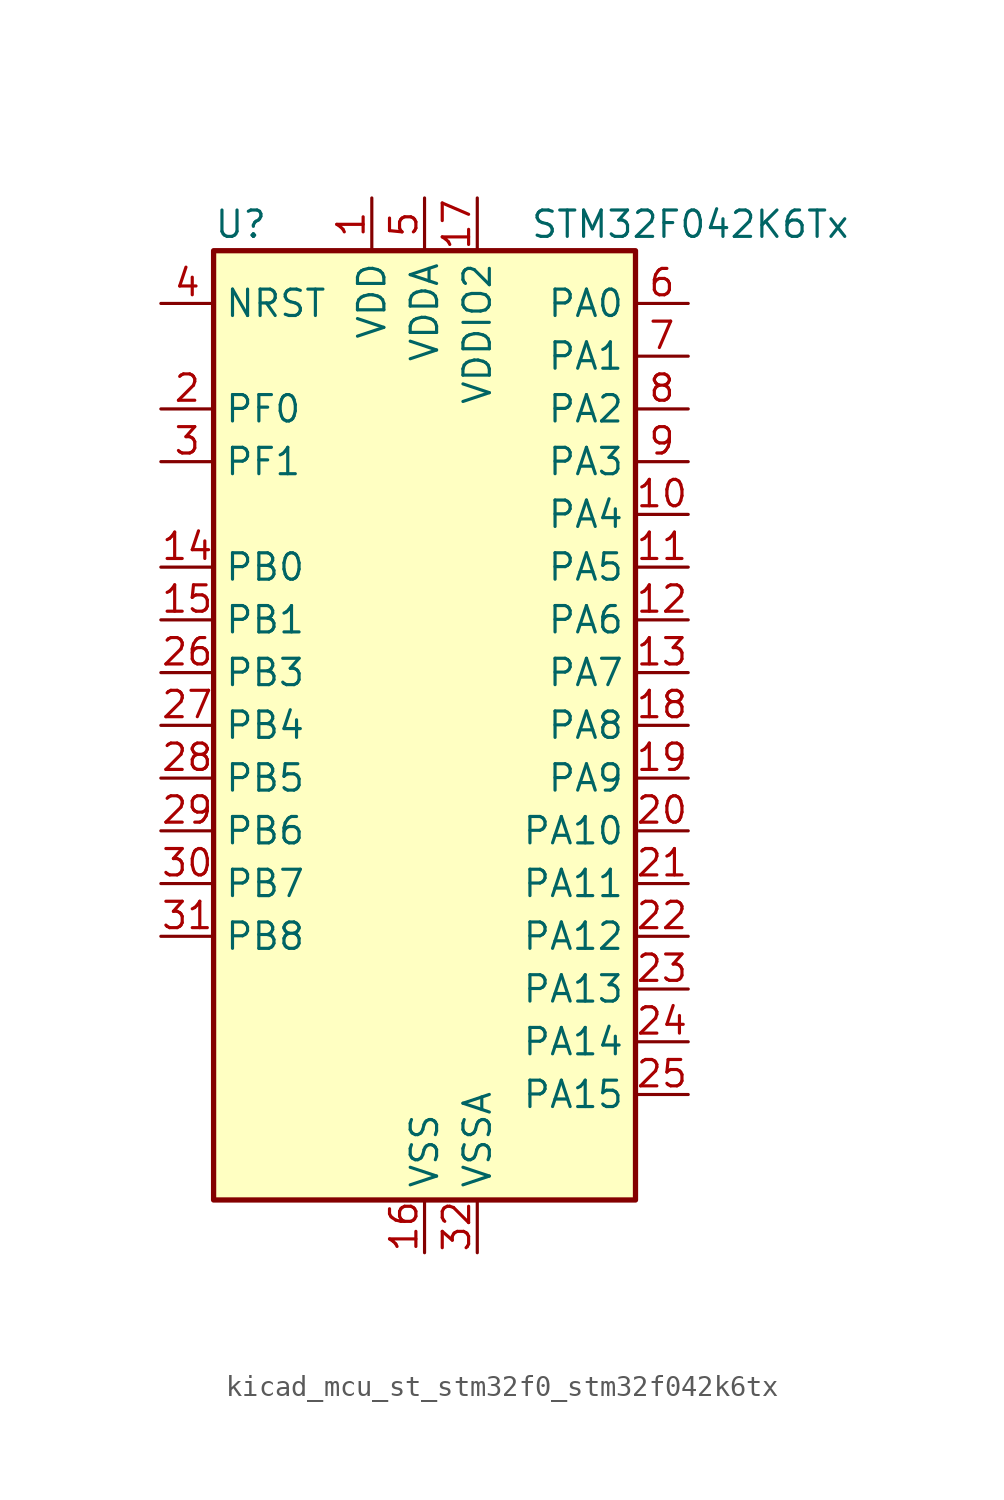
<source format=kicad_sym>
(kicad_symbol_lib
  (version 20220914)
  (generator kicad_symbol_editor)
  (symbol "kicad_mcu_st_stm32f0_stm32f042k6tx"
    (property "Reference" "U"
      (at -10.16 24.13 0)
      (effects (font (size 1.27 1.27)) (justify left)))
    (property "Value" "STM32F042K6Tx"
      (at 5.08 24.13 0)
      (effects (font (size 1.27 1.27)) (justify left)))
    (property "ki_locked" ""
      (at 0 0 0)
      (effects (font (size 1.27 1.27))))
    (symbol "kicad_mcu_st_stm32f0_stm32f042k6tx_0_1"
      (rectangle (start -10.16 -22.86) (end 10.16 22.86) (stroke (width 0.254) (type default)) (fill (type background))))
    (symbol "kicad_mcu_st_stm32f0_stm32f042k6tx_1_1"
      (pin power_in line (at -2.54 25.4 270) (length 2.54) (name "VDD" (effects (font (size 1.27 1.27)))) (number "1" (effects (font (size 1.27 1.27)))))
      (pin bidirectional line (at 12.7 10.16 180) (length 2.54) (name "PA4" (effects (font (size 1.27 1.27)))) (number "10" (effects (font (size 1.27 1.27)))) (alternate "ADC_IN4" bidirectional line) (alternate "I2S1_WS" bidirectional line) (alternate "SPI1_NSS" bidirectional line) (alternate "TIM14_CH1" bidirectional line) (alternate "TSC_G2_IO1" bidirectional line) (alternate "USART2_CK" bidirectional line) (alternate "USB_NOE" bidirectional line))
      (pin bidirectional line (at 12.7 7.62 180) (length 2.54) (name "PA5" (effects (font (size 1.27 1.27)))) (number "11" (effects (font (size 1.27 1.27)))) (alternate "ADC_IN5" bidirectional line) (alternate "CEC" bidirectional line) (alternate "I2S1_CK" bidirectional line) (alternate "SPI1_SCK" bidirectional line) (alternate "TIM2_CH1" bidirectional line) (alternate "TIM2_ETR" bidirectional line) (alternate "TSC_G2_IO2" bidirectional line))
      (pin bidirectional line (at 12.7 5.08 180) (length 2.54) (name "PA6" (effects (font (size 1.27 1.27)))) (number "12" (effects (font (size 1.27 1.27)))) (alternate "ADC_IN6" bidirectional line) (alternate "I2S1_MCK" bidirectional line) (alternate "SPI1_MISO" bidirectional line) (alternate "TIM16_CH1" bidirectional line) (alternate "TIM1_BKIN" bidirectional line) (alternate "TIM3_CH1" bidirectional line) (alternate "TSC_G2_IO3" bidirectional line))
      (pin bidirectional line (at 12.7 2.54 180) (length 2.54) (name "PA7" (effects (font (size 1.27 1.27)))) (number "13" (effects (font (size 1.27 1.27)))) (alternate "ADC_IN7" bidirectional line) (alternate "I2S1_SD" bidirectional line) (alternate "SPI1_MOSI" bidirectional line) (alternate "TIM14_CH1" bidirectional line) (alternate "TIM17_CH1" bidirectional line) (alternate "TIM1_CH1N" bidirectional line) (alternate "TIM3_CH2" bidirectional line) (alternate "TSC_G2_IO4" bidirectional line))
      (pin bidirectional line (at -12.7 7.62 0) (length 2.54) (name "PB0" (effects (font (size 1.27 1.27)))) (number "14" (effects (font (size 1.27 1.27)))) (alternate "ADC_IN8" bidirectional line) (alternate "TIM1_CH2N" bidirectional line) (alternate "TIM3_CH3" bidirectional line) (alternate "TSC_G3_IO2" bidirectional line))
      (pin bidirectional line (at -12.7 5.08 0) (length 2.54) (name "PB1" (effects (font (size 1.27 1.27)))) (number "15" (effects (font (size 1.27 1.27)))) (alternate "ADC_IN9" bidirectional line) (alternate "TIM14_CH1" bidirectional line) (alternate "TIM1_CH3N" bidirectional line) (alternate "TIM3_CH4" bidirectional line) (alternate "TSC_G3_IO3" bidirectional line))
      (pin power_in line (at 0 -25.4 90) (length 2.54) (name "VSS" (effects (font (size 1.27 1.27)))) (number "16" (effects (font (size 1.27 1.27)))))
      (pin power_in line (at 2.54 25.4 270) (length 2.54) (name "VDDIO2" (effects (font (size 1.27 1.27)))) (number "17" (effects (font (size 1.27 1.27)))))
      (pin bidirectional line (at 12.7 0 180) (length 2.54) (name "PA8" (effects (font (size 1.27 1.27)))) (number "18" (effects (font (size 1.27 1.27)))) (alternate "CRS_SYNC" bidirectional line) (alternate "RCC_MCO" bidirectional line) (alternate "TIM1_CH1" bidirectional line) (alternate "USART1_CK" bidirectional line))
      (pin bidirectional line (at 12.7 -2.54 180) (length 2.54) (name "PA9" (effects (font (size 1.27 1.27)))) (number "19" (effects (font (size 1.27 1.27)))) (alternate "I2C1_SCL" bidirectional line) (alternate "TIM1_CH2" bidirectional line) (alternate "TSC_G4_IO1" bidirectional line) (alternate "USART1_TX" bidirectional line))
      (pin bidirectional line (at -12.7 15.24 0) (length 2.54) (name "PF0" (effects (font (size 1.27 1.27)))) (number "2" (effects (font (size 1.27 1.27)))) (alternate "CRS_SYNC" bidirectional line) (alternate "I2C1_SDA" bidirectional line) (alternate "RCC_OSC_IN" bidirectional line))
      (pin bidirectional line (at 12.7 -5.08 180) (length 2.54) (name "PA10" (effects (font (size 1.27 1.27)))) (number "20" (effects (font (size 1.27 1.27)))) (alternate "I2C1_SDA" bidirectional line) (alternate "TIM17_BKIN" bidirectional line) (alternate "TIM1_CH3" bidirectional line) (alternate "TSC_G4_IO2" bidirectional line) (alternate "USART1_RX" bidirectional line))
      (pin bidirectional line (at 12.7 -7.62 180) (length 2.54) (name "PA11" (effects (font (size 1.27 1.27)))) (number "21" (effects (font (size 1.27 1.27)))) (alternate "CAN_RX" bidirectional line) (alternate "I2C1_SCL" bidirectional line) (alternate "TIM1_CH4" bidirectional line) (alternate "TSC_G4_IO3" bidirectional line) (alternate "USART1_CTS" bidirectional line) (alternate "USB_DM" bidirectional line))
      (pin bidirectional line (at 12.7 -10.16 180) (length 2.54) (name "PA12" (effects (font (size 1.27 1.27)))) (number "22" (effects (font (size 1.27 1.27)))) (alternate "CAN_TX" bidirectional line) (alternate "I2C1_SDA" bidirectional line) (alternate "TIM1_ETR" bidirectional line) (alternate "TSC_G4_IO4" bidirectional line) (alternate "USART1_DE" bidirectional line) (alternate "USART1_RTS" bidirectional line) (alternate "USB_DP" bidirectional line))
      (pin bidirectional line (at 12.7 -12.7 180) (length 2.54) (name "PA13" (effects (font (size 1.27 1.27)))) (number "23" (effects (font (size 1.27 1.27)))) (alternate "IR_OUT" bidirectional line) (alternate "SYS_SWDIO" bidirectional line) (alternate "USB_NOE" bidirectional line))
      (pin bidirectional line (at 12.7 -15.24 180) (length 2.54) (name "PA14" (effects (font (size 1.27 1.27)))) (number "24" (effects (font (size 1.27 1.27)))) (alternate "SYS_SWCLK" bidirectional line) (alternate "USART2_TX" bidirectional line))
      (pin bidirectional line (at 12.7 -17.78 180) (length 2.54) (name "PA15" (effects (font (size 1.27 1.27)))) (number "25" (effects (font (size 1.27 1.27)))) (alternate "I2S1_WS" bidirectional line) (alternate "SPI1_NSS" bidirectional line) (alternate "TIM2_CH1" bidirectional line) (alternate "TIM2_ETR" bidirectional line) (alternate "USART2_RX" bidirectional line) (alternate "USB_NOE" bidirectional line))
      (pin bidirectional line (at -12.7 2.54 0) (length 2.54) (name "PB3" (effects (font (size 1.27 1.27)))) (number "26" (effects (font (size 1.27 1.27)))) (alternate "I2S1_CK" bidirectional line) (alternate "SPI1_SCK" bidirectional line) (alternate "TIM2_CH2" bidirectional line) (alternate "TSC_G5_IO1" bidirectional line))
      (pin bidirectional line (at -12.7 0 0) (length 2.54) (name "PB4" (effects (font (size 1.27 1.27)))) (number "27" (effects (font (size 1.27 1.27)))) (alternate "I2S1_MCK" bidirectional line) (alternate "SPI1_MISO" bidirectional line) (alternate "TIM17_BKIN" bidirectional line) (alternate "TIM3_CH1" bidirectional line) (alternate "TSC_G5_IO2" bidirectional line))
      (pin bidirectional line (at -12.7 -2.54 0) (length 2.54) (name "PB5" (effects (font (size 1.27 1.27)))) (number "28" (effects (font (size 1.27 1.27)))) (alternate "I2C1_SMBA" bidirectional line) (alternate "I2S1_SD" bidirectional line) (alternate "SPI1_MOSI" bidirectional line) (alternate "SYS_WKUP6" bidirectional line) (alternate "TIM16_BKIN" bidirectional line) (alternate "TIM3_CH2" bidirectional line))
      (pin bidirectional line (at -12.7 -5.08 0) (length 2.54) (name "PB6" (effects (font (size 1.27 1.27)))) (number "29" (effects (font (size 1.27 1.27)))) (alternate "I2C1_SCL" bidirectional line) (alternate "TIM16_CH1N" bidirectional line) (alternate "TSC_G5_IO3" bidirectional line) (alternate "USART1_TX" bidirectional line))
      (pin bidirectional line (at -12.7 12.7 0) (length 2.54) (name "PF1" (effects (font (size 1.27 1.27)))) (number "3" (effects (font (size 1.27 1.27)))) (alternate "I2C1_SCL" bidirectional line) (alternate "RCC_OSC_OUT" bidirectional line))
      (pin bidirectional line (at -12.7 -7.62 0) (length 2.54) (name "PB7" (effects (font (size 1.27 1.27)))) (number "30" (effects (font (size 1.27 1.27)))) (alternate "I2C1_SDA" bidirectional line) (alternate "TIM17_CH1N" bidirectional line) (alternate "TSC_G5_IO4" bidirectional line) (alternate "USART1_RX" bidirectional line))
      (pin bidirectional line (at -12.7 -10.16 0) (length 2.54) (name "PB8" (effects (font (size 1.27 1.27)))) (number "31" (effects (font (size 1.27 1.27)))) (alternate "CAN_RX" bidirectional line) (alternate "CEC" bidirectional line) (alternate "I2C1_SCL" bidirectional line) (alternate "TIM16_CH1" bidirectional line) (alternate "TSC_SYNC" bidirectional line))
      (pin power_in line (at 2.54 -25.4 90) (length 2.54) (name "VSSA" (effects (font (size 1.27 1.27)))) (number "32" (effects (font (size 1.27 1.27)))))
      (pin input line (at -12.7 20.32 0) (length 2.54) (name "NRST" (effects (font (size 1.27 1.27)))) (number "4" (effects (font (size 1.27 1.27)))))
      (pin power_in line (at 0 25.4 270) (length 2.54) (name "VDDA" (effects (font (size 1.27 1.27)))) (number "5" (effects (font (size 1.27 1.27)))))
      (pin bidirectional line (at 12.7 20.32 180) (length 2.54) (name "PA0" (effects (font (size 1.27 1.27)))) (number "6" (effects (font (size 1.27 1.27)))) (alternate "ADC_IN0" bidirectional line) (alternate "RTC_TAMP2" bidirectional line) (alternate "SYS_WKUP1" bidirectional line) (alternate "TIM2_CH1" bidirectional line) (alternate "TIM2_ETR" bidirectional line) (alternate "TSC_G1_IO1" bidirectional line) (alternate "USART2_CTS" bidirectional line))
      (pin bidirectional line (at 12.7 17.78 180) (length 2.54) (name "PA1" (effects (font (size 1.27 1.27)))) (number "7" (effects (font (size 1.27 1.27)))) (alternate "ADC_IN1" bidirectional line) (alternate "TIM2_CH2" bidirectional line) (alternate "TSC_G1_IO2" bidirectional line) (alternate "USART2_DE" bidirectional line) (alternate "USART2_RTS" bidirectional line))
      (pin bidirectional line (at 12.7 15.24 180) (length 2.54) (name "PA2" (effects (font (size 1.27 1.27)))) (number "8" (effects (font (size 1.27 1.27)))) (alternate "ADC_IN2" bidirectional line) (alternate "SYS_WKUP4" bidirectional line) (alternate "TIM2_CH3" bidirectional line) (alternate "TSC_G1_IO3" bidirectional line) (alternate "USART2_TX" bidirectional line))
      (pin bidirectional line (at 12.7 12.7 180) (length 2.54) (name "PA3" (effects (font (size 1.27 1.27)))) (number "9" (effects (font (size 1.27 1.27)))) (alternate "ADC_IN3" bidirectional line) (alternate "TIM2_CH4" bidirectional line) (alternate "TSC_G1_IO4" bidirectional line) (alternate "USART2_RX" bidirectional line)))))
</source>
